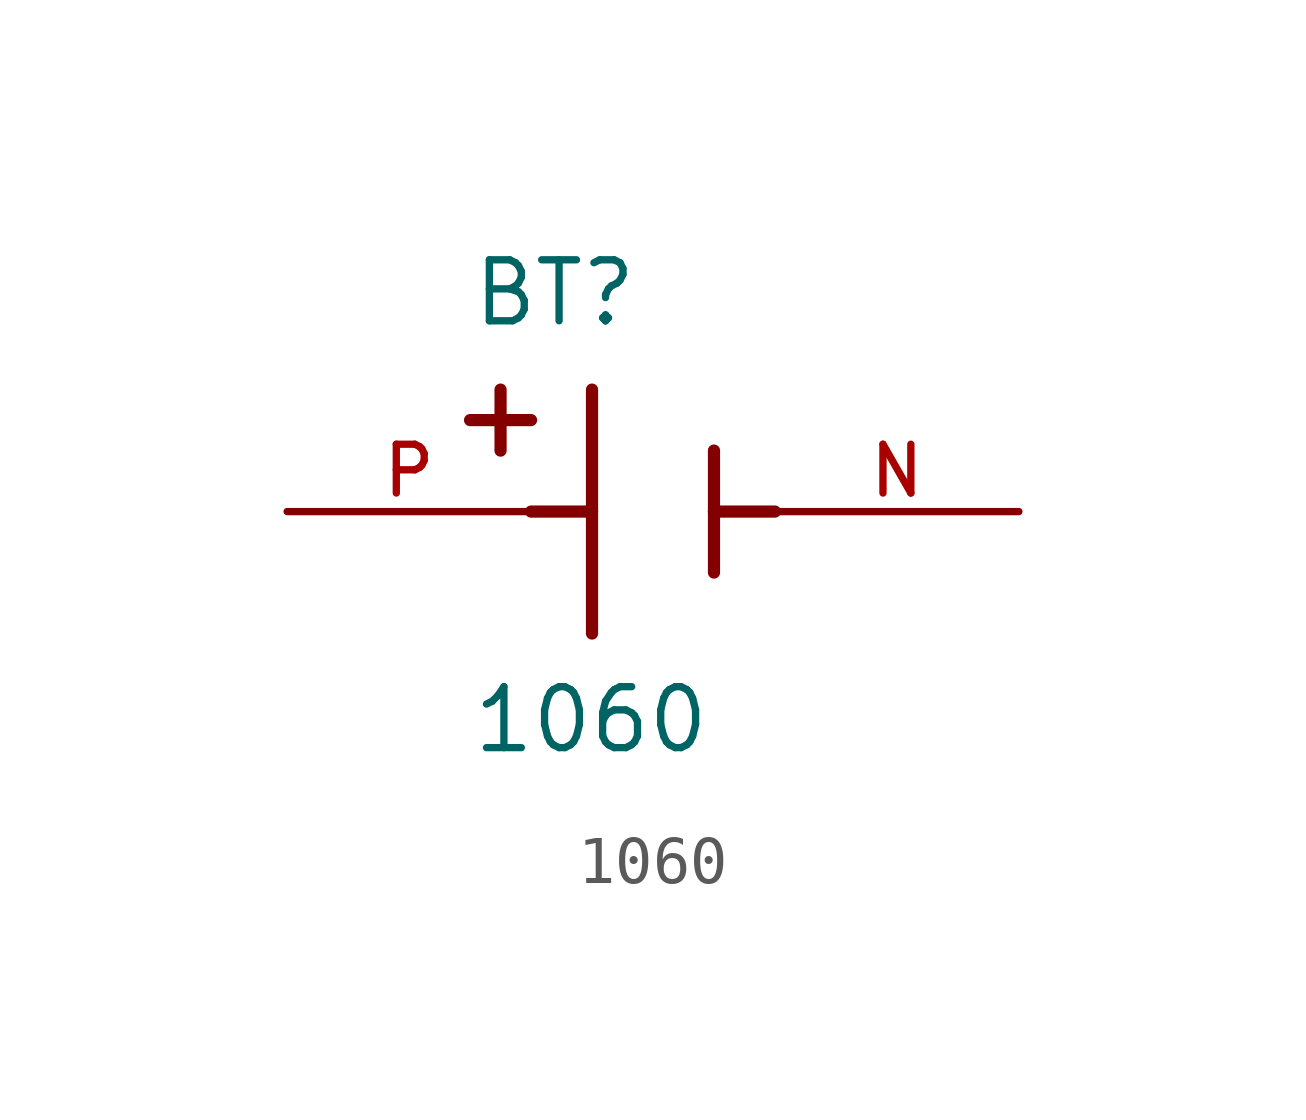
<source format=kicad_sym>
(kicad_symbol_lib
  (version 20211014)
  (generator kicad_symbol_editor)
  (symbol "1060"
    (pin_names
      (offset 1.016))
    (property "Reference" "BT"
      (at -3.81 3.81 0)
      (effects (font (size 1.27 1.27)) (justify bottom left)))
    (property "Value" "1060"
      (at -3.81 -5.08 0)
      (effects (font (size 1.27 1.27)) (justify bottom left)))
    (symbol "1060_0_0"
      (polyline (pts (xy -1.27 2.54) (xy -1.27 0.0)) (stroke (width 0.254)))
      (polyline (pts (xy -1.27 0.0) (xy -1.27 -2.54)) (stroke (width 0.254)))
      (polyline (pts (xy 1.27 1.27) (xy 1.27 0.0)) (stroke (width 0.254)))
      (polyline (pts (xy 1.27 0.0) (xy 1.27 -1.27)) (stroke (width 0.254)))
      (polyline (pts (xy -1.27 0.0) (xy -2.54 0.0)) (stroke (width 0.254)))
      (polyline (pts (xy 1.27 0.0) (xy 2.54 0.0)) (stroke (width 0.254)))
      (polyline (pts (xy -3.175 2.54) (xy -3.175 1.27)) (stroke (width 0.254)))
      (polyline (pts (xy -3.81 1.905) (xy -2.54 1.905)) (stroke (width 0.254)))
      (pin passive line (at -7.62 0.0 0) (length 5.08) (name "~" (effects (font (size 1.016 1.016)))) (number "P" (effects (font (size 1.016 1.016)))))
      (pin passive line (at 7.62 0.0 180.0) (length 5.08) (name "~" (effects (font (size 1.016 1.016)))) (number "N" (effects (font (size 1.016 1.016))))))))
</source>
